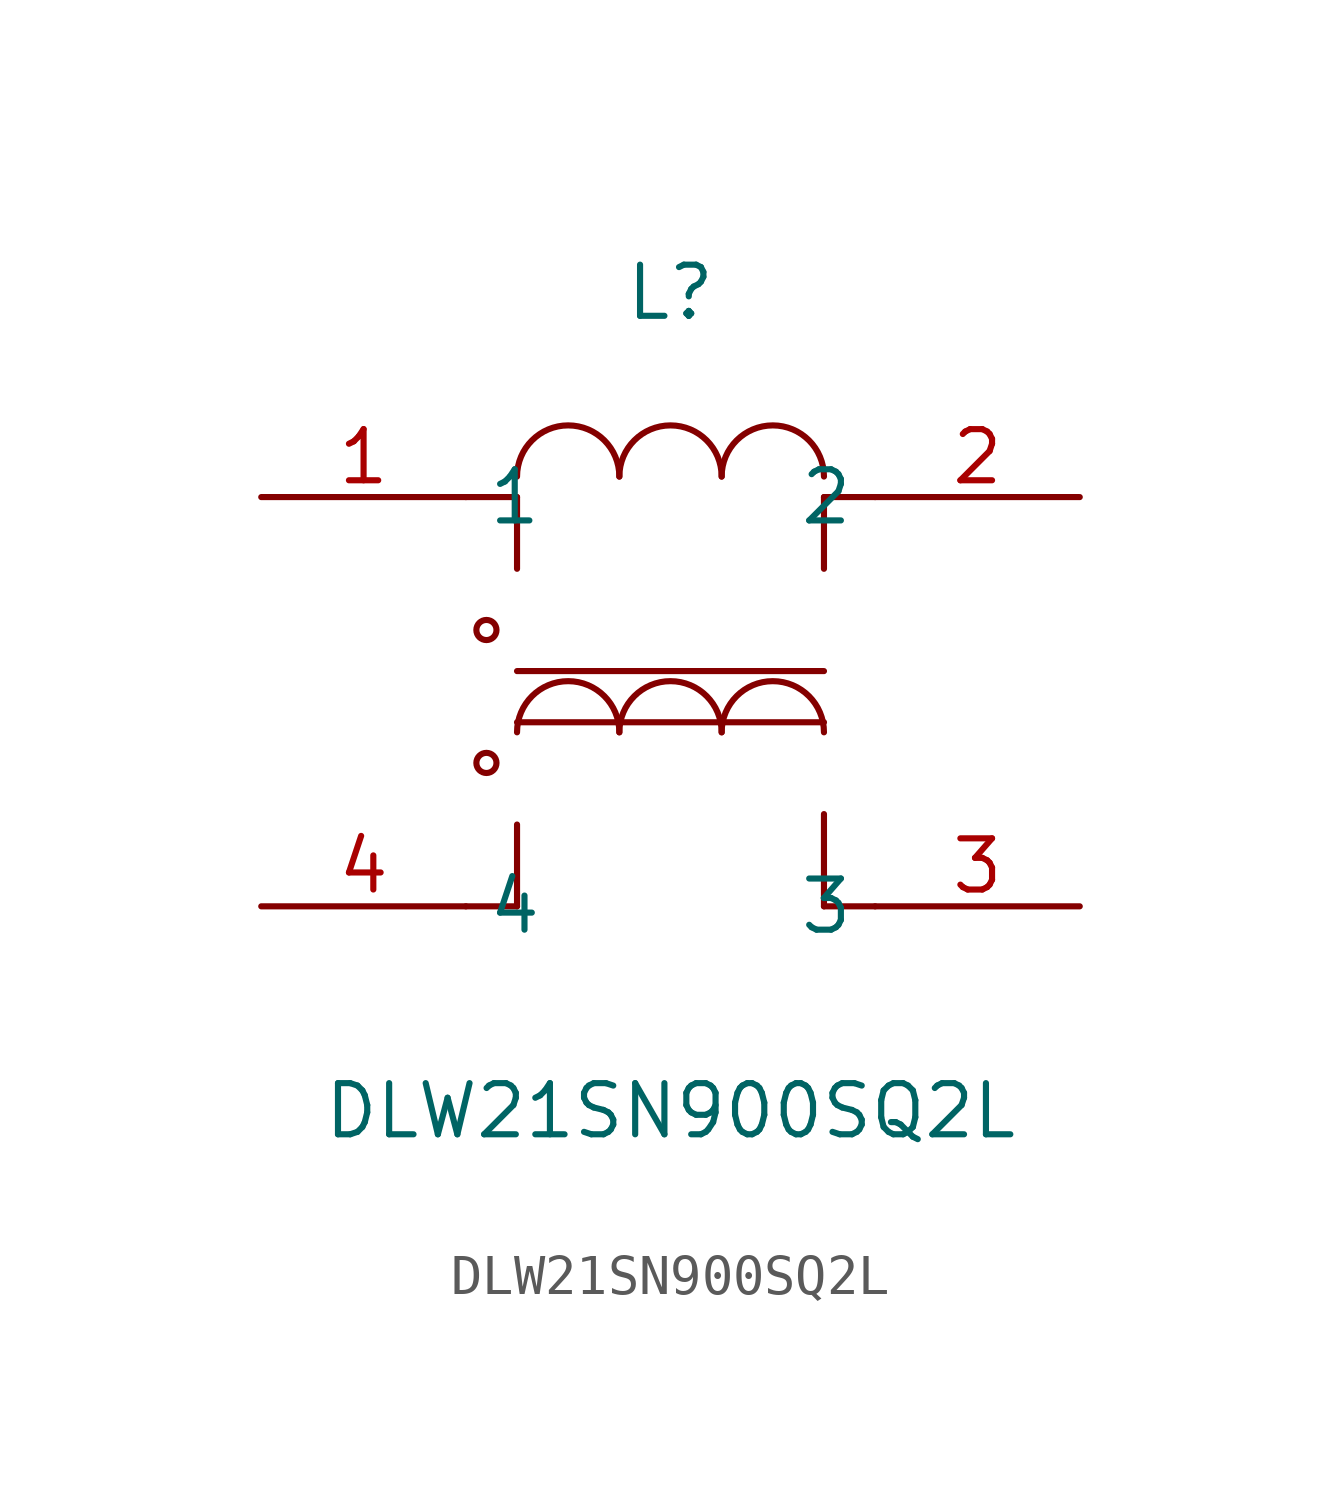
<source format=kicad_sym>
(kicad_symbol_lib
  (version 20211014)
  (generator https://github.com/uPesy/easyeda2kicad.py)
  (symbol "DLW21SN900SQ2L"
    (property "Reference" "L"
      (at 0 8.89 0)
      (effects (font (size 1.27 1.27))))
    (property "Value" "DLW21SN900SQ2L"
      (at 0 -11.43 0)
      (effects (font (size 1.27 1.27))))
    (symbol "DLW21SN900SQ2L_0_1"
      (circle (center -4.57 -2.79) (radius 0.25) (stroke (width 0) (type default) (color 0 0 0 0)) (fill (type none)))
      (circle (center -4.57 0.51) (radius 0.25) (stroke (width 0) (type default) (color 0 0 0 0)) (fill (type none)))
      (arc (start 3.81 4.32) (mid 2.81 5.56) (end 1.27 4.32) (stroke (width 0) (type default) (color 0 0 0 0)) (fill (type none)))
      (arc (start 1.27 4.32) (mid 0.27 5.56) (end -1.27 4.32) (stroke (width 0) (type default) (color 0 0 0 0)) (fill (type none)))
      (arc (start -1.27 4.32) (mid -2.27 5.56) (end -3.81 4.32) (stroke (width 0) (type default) (color 0 0 0 0)) (fill (type none)))
      (arc (start -3.81 -2.03) (mid -2.27 -0.79) (end -1.27 -2.03) (stroke (width 0) (type default) (color 0 0 0 0)) (fill (type none)))
      (arc (start -1.27 -2.03) (mid 0.27 -0.79) (end 1.27 -2.03) (stroke (width 0) (type default) (color 0 0 0 0)) (fill (type none)))
      (arc (start 1.27 -2.03) (mid 2.81 -0.79) (end 3.81 -2.03) (stroke (width 0) (type default) (color 0 0 0 0)) (fill (type none)))
      (polyline (pts (xy 3.81 -6.35) (xy 3.81 -4.06)) (stroke (width 0) (type default) (color 0 0 0 0)) (fill (type none)))
      (polyline (pts (xy -3.81 -6.35) (xy -3.81 -4.32)) (stroke (width 0) (type default) (color 0 0 0 0)) (fill (type none)))
      (polyline (pts (xy 3.81 -1.78) (xy -3.81 -1.78)) (stroke (width 0) (type default) (color 0 0 0 0)) (fill (type none)))
      (polyline (pts (xy 3.81 -0.51) (xy -3.81 -0.51)) (stroke (width 0) (type default) (color 0 0 0 0)) (fill (type none)))
      (polyline (pts (xy -3.81 3.81) (xy -3.81 2.03)) (stroke (width 0) (type default) (color 0 0 0 0)) (fill (type none)))
      (polyline (pts (xy 3.81 3.81) (xy 3.81 2.03)) (stroke (width 0) (type default) (color 0 0 0 0)) (fill (type none)))
      (polyline (pts (xy -5.08 3.81) (xy -3.81 3.81)) (stroke (width 0) (type default) (color 0 0 0 0)) (fill (type none)))
      (polyline (pts (xy 3.81 3.81) (xy 5.08 3.81)) (stroke (width 0) (type default) (color 0 0 0 0)) (fill (type none)))
      (polyline (pts (xy -5.08 -6.35) (xy -3.81 -6.35)) (stroke (width 0) (type default) (color 0 0 0 0)) (fill (type none)))
      (polyline (pts (xy 3.81 -6.35) (xy 5.08 -6.35)) (stroke (width 0) (type default) (color 0 0 0 0)) (fill (type none)))
      (pin unspecified line (at -10.16 -6.35 0) (length 5.08) (name "4" (effects (font (size 1.27 1.27)))) (number "4" (effects (font (size 1.27 1.27)))))
      (pin unspecified line (at 10.16 3.81 180) (length 5.08) (name "2" (effects (font (size 1.27 1.27)))) (number "2" (effects (font (size 1.27 1.27)))))
      (pin unspecified line (at 10.16 -6.35 180) (length 5.08) (name "3" (effects (font (size 1.27 1.27)))) (number "3" (effects (font (size 1.27 1.27)))))
      (pin unspecified line (at -10.16 3.81 0) (length 5.08) (name "1" (effects (font (size 1.27 1.27)))) (number "1" (effects (font (size 1.27 1.27))))))))
</source>
